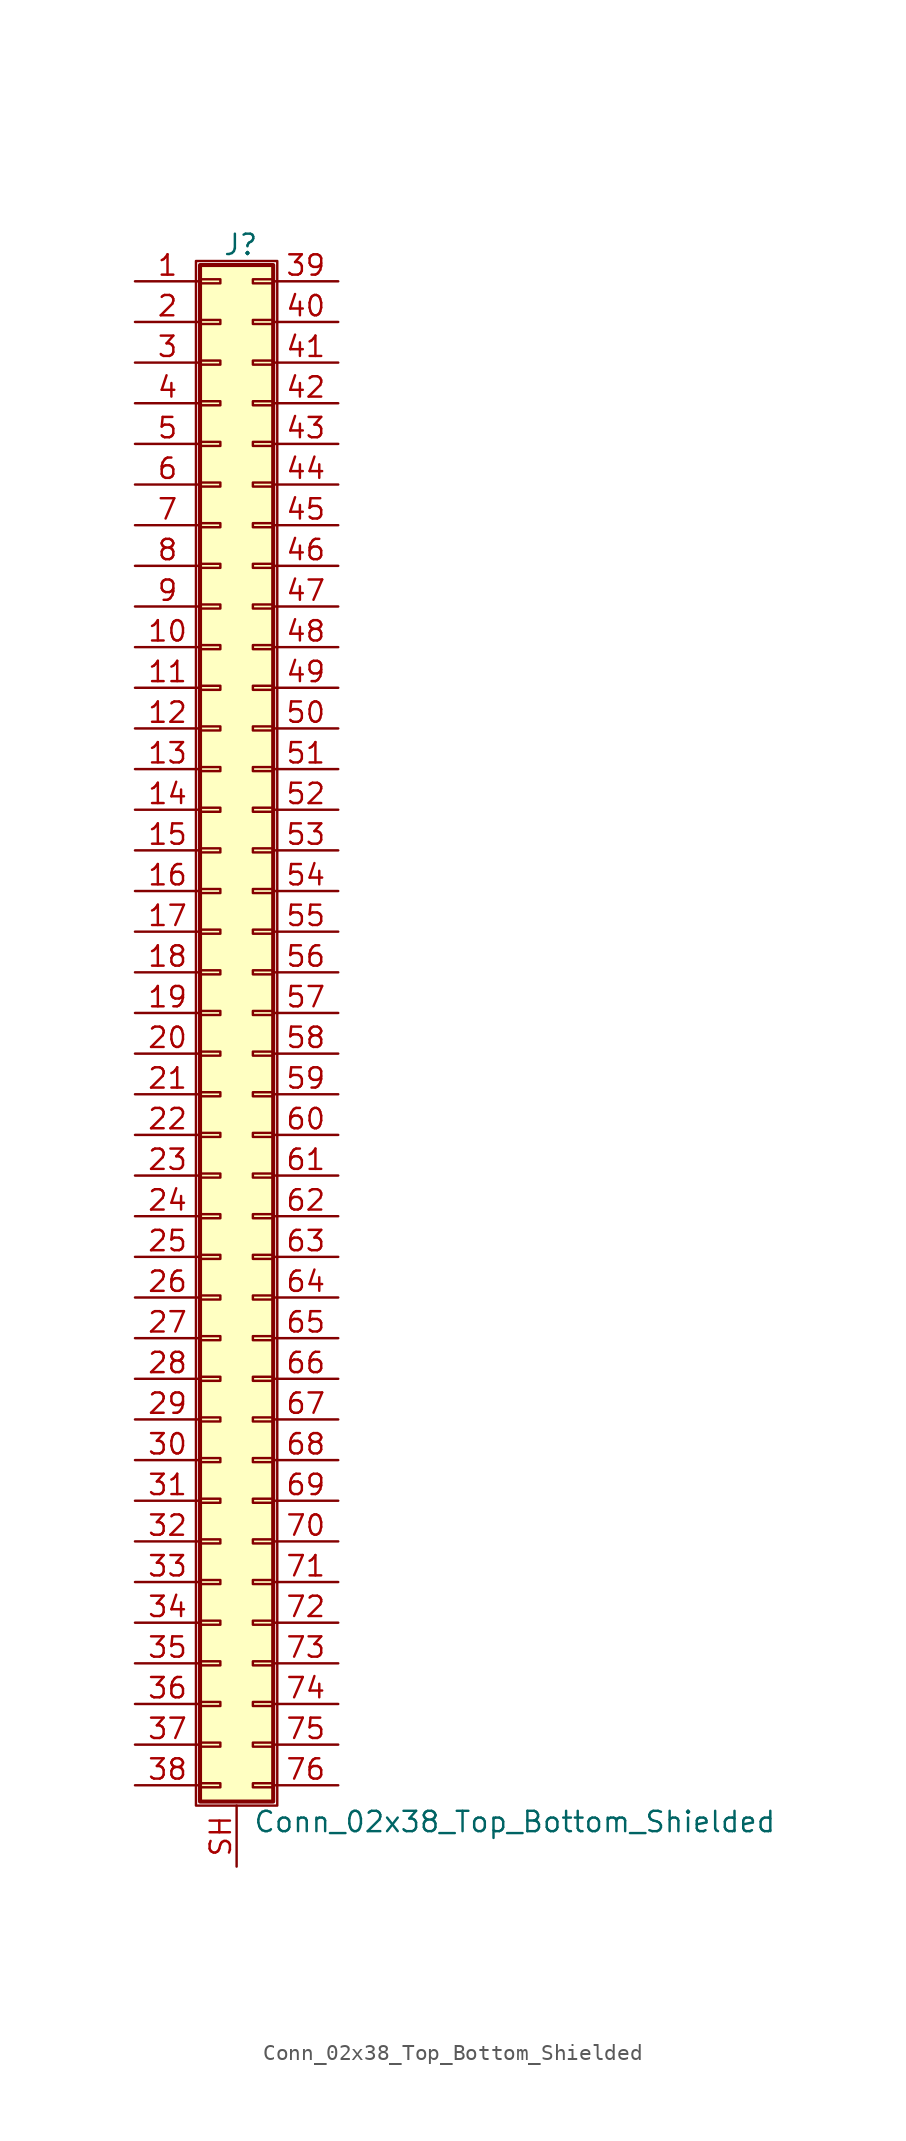
<source format=kicad_sym>
(kicad_symbol_lib
  (version 20201005)
  (generator kicad_symbol_editor)
  (symbol "Connector_Generic_Shielded:Conn_02x38_Top_Bottom_Shielded"
    (pin_names
      (offset 1.016) hide)
    (property "Reference" "J"
      (at 1.524 48.006 0)
      (effects (font (size 1.27 1.27))))
    (property "Value" "Conn_02x38_Top_Bottom_Shielded"
      (at 2.286 -50.546 0)
      (effects (font (size 1.27 1.27)) (justify left)))
    (symbol "Conn_02x38_Top_Bottom_Shielded_1_1"
      (rectangle (start -1.016 -27.813) (end 0.254 -28.067) (stroke (width 0.152)) (fill (type none)))
      (rectangle (start -1.016 -30.353) (end 0.254 -30.607) (stroke (width 0.152)) (fill (type none)))
      (rectangle (start -1.016 -32.893) (end 0.254 -33.147) (stroke (width 0.152)) (fill (type none)))
      (rectangle (start -1.016 -35.433) (end 0.254 -35.687) (stroke (width 0.152)) (fill (type none)))
      (rectangle (start -1.016 -37.973) (end 0.254 -38.227) (stroke (width 0.152)) (fill (type none)))
      (rectangle (start -1.016 -40.513) (end 0.254 -40.767) (stroke (width 0.152)) (fill (type none)))
      (rectangle (start -1.016 -43.053) (end 0.254 -43.307) (stroke (width 0.152)) (fill (type none)))
      (rectangle (start -1.016 -45.593) (end 0.254 -45.847) (stroke (width 0.152)) (fill (type none)))
      (rectangle (start -1.016 -48.133) (end 0.254 -48.387) (stroke (width 0.152)) (fill (type none)))
      (rectangle (start -1.016 -4.953) (end 0.254 -5.207) (stroke (width 0.152)) (fill (type none)))
      (rectangle (start -1.016 -7.493) (end 0.254 -7.747) (stroke (width 0.152)) (fill (type none)))
      (rectangle (start -1.016 -10.033) (end 0.254 -10.287) (stroke (width 0.152)) (fill (type none)))
      (rectangle (start -1.016 -12.573) (end 0.254 -12.827) (stroke (width 0.152)) (fill (type none)))
      (rectangle (start -1.016 -15.113) (end 0.254 -15.367) (stroke (width 0.152)) (fill (type none)))
      (rectangle (start -1.016 -17.653) (end 0.254 -17.907) (stroke (width 0.152)) (fill (type none)))
      (rectangle (start -1.016 -20.193) (end 0.254 -20.447) (stroke (width 0.152)) (fill (type none)))
      (rectangle (start -1.016 -22.733) (end 0.254 -22.987) (stroke (width 0.152)) (fill (type none)))
      (rectangle (start -1.016 -2.413) (end 0.254 -2.667) (stroke (width 0.152)) (fill (type none)))
      (rectangle (start -1.016 -25.273) (end 0.254 -25.527) (stroke (width 0.152)) (fill (type none)))
      (rectangle (start -1.016 25.527) (end 0.254 25.273) (stroke (width 0.152)) (fill (type none)))
      (rectangle (start -1.016 2.667) (end 0.254 2.413) (stroke (width 0.152)) (fill (type none)))
      (rectangle (start -1.016 28.067) (end 0.254 27.813) (stroke (width 0.152)) (fill (type none)))
      (rectangle (start -1.016 30.607) (end 0.254 30.353) (stroke (width 0.152)) (fill (type none)))
      (rectangle (start -1.016 33.147) (end 0.254 32.893) (stroke (width 0.152)) (fill (type none)))
      (rectangle (start -1.016 35.687) (end 0.254 35.433) (stroke (width 0.152)) (fill (type none)))
      (rectangle (start -1.016 38.227) (end 0.254 37.973) (stroke (width 0.152)) (fill (type none)))
      (rectangle (start -1.016 40.767) (end 0.254 40.513) (stroke (width 0.152)) (fill (type none)))
      (rectangle (start -1.016 43.307) (end 0.254 43.053) (stroke (width 0.152)) (fill (type none)))
      (rectangle (start -1.016 45.847) (end 0.254 45.593) (stroke (width 0.152)) (fill (type none)))
      (rectangle (start -1.016 46.736) (end 3.556 -49.276) (stroke (width 0.254)) (fill (type background)))
      (rectangle (start -1.016 5.207) (end 0.254 4.953) (stroke (width 0.152)) (fill (type none)))
      (rectangle (start -1.016 7.747) (end 0.254 7.493) (stroke (width 0.152)) (fill (type none)))
      (rectangle (start -1.016 10.287) (end 0.254 10.033) (stroke (width 0.152)) (fill (type none)))
      (rectangle (start -1.016 0.127) (end 0.254 -0.127) (stroke (width 0.152)) (fill (type none)))
      (rectangle (start -1.016 12.827) (end 0.254 12.573) (stroke (width 0.152)) (fill (type none)))
      (rectangle (start -1.016 15.367) (end 0.254 15.113) (stroke (width 0.152)) (fill (type none)))
      (rectangle (start -1.016 17.907) (end 0.254 17.653) (stroke (width 0.152)) (fill (type none)))
      (rectangle (start -1.016 20.447) (end 0.254 20.193) (stroke (width 0.152)) (fill (type none)))
      (rectangle (start -1.016 22.987) (end 0.254 22.733) (stroke (width 0.152)) (fill (type none)))
      (rectangle (start -1.27 46.99) (end 3.81 -49.53) (stroke (width 0.152)) (fill (type none)))
      (rectangle (start 3.556 -27.813) (end 2.286 -28.067) (stroke (width 0.152)) (fill (type none)))
      (rectangle (start 3.556 -30.353) (end 2.286 -30.607) (stroke (width 0.152)) (fill (type none)))
      (rectangle (start 3.556 -32.893) (end 2.286 -33.147) (stroke (width 0.152)) (fill (type none)))
      (rectangle (start 3.556 -35.433) (end 2.286 -35.687) (stroke (width 0.152)) (fill (type none)))
      (rectangle (start 3.556 -37.973) (end 2.286 -38.227) (stroke (width 0.152)) (fill (type none)))
      (rectangle (start 3.556 -40.513) (end 2.286 -40.767) (stroke (width 0.152)) (fill (type none)))
      (rectangle (start 3.556 -43.053) (end 2.286 -43.307) (stroke (width 0.152)) (fill (type none)))
      (rectangle (start 3.556 -45.593) (end 2.286 -45.847) (stroke (width 0.152)) (fill (type none)))
      (rectangle (start 3.556 -48.133) (end 2.286 -48.387) (stroke (width 0.152)) (fill (type none)))
      (rectangle (start 3.556 -4.953) (end 2.286 -5.207) (stroke (width 0.152)) (fill (type none)))
      (rectangle (start 3.556 -7.493) (end 2.286 -7.747) (stroke (width 0.152)) (fill (type none)))
      (rectangle (start 3.556 -10.033) (end 2.286 -10.287) (stroke (width 0.152)) (fill (type none)))
      (rectangle (start 3.556 -12.573) (end 2.286 -12.827) (stroke (width 0.152)) (fill (type none)))
      (rectangle (start 3.556 -15.113) (end 2.286 -15.367) (stroke (width 0.152)) (fill (type none)))
      (rectangle (start 3.556 -17.653) (end 2.286 -17.907) (stroke (width 0.152)) (fill (type none)))
      (rectangle (start 3.556 -20.193) (end 2.286 -20.447) (stroke (width 0.152)) (fill (type none)))
      (rectangle (start 3.556 -22.733) (end 2.286 -22.987) (stroke (width 0.152)) (fill (type none)))
      (rectangle (start 3.556 -2.413) (end 2.286 -2.667) (stroke (width 0.152)) (fill (type none)))
      (rectangle (start 3.556 -25.273) (end 2.286 -25.527) (stroke (width 0.152)) (fill (type none)))
      (rectangle (start 3.556 25.527) (end 2.286 25.273) (stroke (width 0.152)) (fill (type none)))
      (rectangle (start 3.556 2.667) (end 2.286 2.413) (stroke (width 0.152)) (fill (type none)))
      (rectangle (start 3.556 28.067) (end 2.286 27.813) (stroke (width 0.152)) (fill (type none)))
      (rectangle (start 3.556 30.607) (end 2.286 30.353) (stroke (width 0.152)) (fill (type none)))
      (rectangle (start 3.556 33.147) (end 2.286 32.893) (stroke (width 0.152)) (fill (type none)))
      (rectangle (start 3.556 35.687) (end 2.286 35.433) (stroke (width 0.152)) (fill (type none)))
      (rectangle (start 3.556 38.227) (end 2.286 37.973) (stroke (width 0.152)) (fill (type none)))
      (rectangle (start 3.556 40.767) (end 2.286 40.513) (stroke (width 0.152)) (fill (type none)))
      (rectangle (start 3.556 43.307) (end 2.286 43.053) (stroke (width 0.152)) (fill (type none)))
      (rectangle (start 3.556 45.847) (end 2.286 45.593) (stroke (width 0.152)) (fill (type none)))
      (rectangle (start 3.556 5.207) (end 2.286 4.953) (stroke (width 0.152)) (fill (type none)))
      (rectangle (start 3.556 7.747) (end 2.286 7.493) (stroke (width 0.152)) (fill (type none)))
      (rectangle (start 3.556 10.287) (end 2.286 10.033) (stroke (width 0.152)) (fill (type none)))
      (rectangle (start 3.556 0.127) (end 2.286 -0.127) (stroke (width 0.152)) (fill (type none)))
      (rectangle (start 3.556 12.827) (end 2.286 12.573) (stroke (width 0.152)) (fill (type none)))
      (rectangle (start 3.556 15.367) (end 2.286 15.113) (stroke (width 0.152)) (fill (type none)))
      (rectangle (start 3.556 17.907) (end 2.286 17.653) (stroke (width 0.152)) (fill (type none)))
      (rectangle (start 3.556 20.447) (end 2.286 20.193) (stroke (width 0.152)) (fill (type none)))
      (rectangle (start 3.556 22.987) (end 2.286 22.733) (stroke (width 0.152)) (fill (type none)))
      (pin passive line (at -5.08 45.72 0) (length 4.064) (name "Pin_1" (effects (font (size 1.27 1.27)))) (number "1" (effects (font (size 1.27 1.27)))))
      (pin passive line (at -5.08 22.86 0) (length 4.064) (name "Pin_10" (effects (font (size 1.27 1.27)))) (number "10" (effects (font (size 1.27 1.27)))))
      (pin passive line (at -5.08 20.32 0) (length 4.064) (name "Pin_11" (effects (font (size 1.27 1.27)))) (number "11" (effects (font (size 1.27 1.27)))))
      (pin passive line (at -5.08 17.78 0) (length 4.064) (name "Pin_12" (effects (font (size 1.27 1.27)))) (number "12" (effects (font (size 1.27 1.27)))))
      (pin passive line (at -5.08 15.24 0) (length 4.064) (name "Pin_13" (effects (font (size 1.27 1.27)))) (number "13" (effects (font (size 1.27 1.27)))))
      (pin passive line (at -5.08 12.7 0) (length 4.064) (name "Pin_14" (effects (font (size 1.27 1.27)))) (number "14" (effects (font (size 1.27 1.27)))))
      (pin passive line (at -5.08 10.16 0) (length 4.064) (name "Pin_15" (effects (font (size 1.27 1.27)))) (number "15" (effects (font (size 1.27 1.27)))))
      (pin passive line (at -5.08 7.62 0) (length 4.064) (name "Pin_16" (effects (font (size 1.27 1.27)))) (number "16" (effects (font (size 1.27 1.27)))))
      (pin passive line (at -5.08 5.08 0) (length 4.064) (name "Pin_17" (effects (font (size 1.27 1.27)))) (number "17" (effects (font (size 1.27 1.27)))))
      (pin passive line (at -5.08 2.54 0) (length 4.064) (name "Pin_18" (effects (font (size 1.27 1.27)))) (number "18" (effects (font (size 1.27 1.27)))))
      (pin passive line (at -5.08 0 0) (length 4.064) (name "Pin_19" (effects (font (size 1.27 1.27)))) (number "19" (effects (font (size 1.27 1.27)))))
      (pin passive line (at -5.08 43.18 0) (length 4.064) (name "Pin_2" (effects (font (size 1.27 1.27)))) (number "2" (effects (font (size 1.27 1.27)))))
      (pin passive line (at -5.08 -2.54 0) (length 4.064) (name "Pin_20" (effects (font (size 1.27 1.27)))) (number "20" (effects (font (size 1.27 1.27)))))
      (pin passive line (at -5.08 -5.08 0) (length 4.064) (name "Pin_21" (effects (font (size 1.27 1.27)))) (number "21" (effects (font (size 1.27 1.27)))))
      (pin passive line (at -5.08 -7.62 0) (length 4.064) (name "Pin_22" (effects (font (size 1.27 1.27)))) (number "22" (effects (font (size 1.27 1.27)))))
      (pin passive line (at -5.08 -10.16 0) (length 4.064) (name "Pin_23" (effects (font (size 1.27 1.27)))) (number "23" (effects (font (size 1.27 1.27)))))
      (pin passive line (at -5.08 -12.7 0) (length 4.064) (name "Pin_24" (effects (font (size 1.27 1.27)))) (number "24" (effects (font (size 1.27 1.27)))))
      (pin passive line (at -5.08 -15.24 0) (length 4.064) (name "Pin_25" (effects (font (size 1.27 1.27)))) (number "25" (effects (font (size 1.27 1.27)))))
      (pin passive line (at -5.08 -17.78 0) (length 4.064) (name "Pin_26" (effects (font (size 1.27 1.27)))) (number "26" (effects (font (size 1.27 1.27)))))
      (pin passive line (at -5.08 -20.32 0) (length 4.064) (name "Pin_27" (effects (font (size 1.27 1.27)))) (number "27" (effects (font (size 1.27 1.27)))))
      (pin passive line (at -5.08 -22.86 0) (length 4.064) (name "Pin_28" (effects (font (size 1.27 1.27)))) (number "28" (effects (font (size 1.27 1.27)))))
      (pin passive line (at -5.08 -25.4 0) (length 4.064) (name "Pin_29" (effects (font (size 1.27 1.27)))) (number "29" (effects (font (size 1.27 1.27)))))
      (pin passive line (at -5.08 40.64 0) (length 4.064) (name "Pin_3" (effects (font (size 1.27 1.27)))) (number "3" (effects (font (size 1.27 1.27)))))
      (pin passive line (at -5.08 -27.94 0) (length 4.064) (name "Pin_30" (effects (font (size 1.27 1.27)))) (number "30" (effects (font (size 1.27 1.27)))))
      (pin passive line (at -5.08 -30.48 0) (length 4.064) (name "Pin_31" (effects (font (size 1.27 1.27)))) (number "31" (effects (font (size 1.27 1.27)))))
      (pin passive line (at -5.08 -33.02 0) (length 4.064) (name "Pin_32" (effects (font (size 1.27 1.27)))) (number "32" (effects (font (size 1.27 1.27)))))
      (pin passive line (at -5.08 -35.56 0) (length 4.064) (name "Pin_33" (effects (font (size 1.27 1.27)))) (number "33" (effects (font (size 1.27 1.27)))))
      (pin passive line (at -5.08 -38.1 0) (length 4.064) (name "Pin_34" (effects (font (size 1.27 1.27)))) (number "34" (effects (font (size 1.27 1.27)))))
      (pin passive line (at -5.08 -40.64 0) (length 4.064) (name "Pin_35" (effects (font (size 1.27 1.27)))) (number "35" (effects (font (size 1.27 1.27)))))
      (pin passive line (at -5.08 -43.18 0) (length 4.064) (name "Pin_36" (effects (font (size 1.27 1.27)))) (number "36" (effects (font (size 1.27 1.27)))))
      (pin passive line (at -5.08 -45.72 0) (length 4.064) (name "Pin_37" (effects (font (size 1.27 1.27)))) (number "37" (effects (font (size 1.27 1.27)))))
      (pin passive line (at -5.08 -48.26 0) (length 4.064) (name "Pin_38" (effects (font (size 1.27 1.27)))) (number "38" (effects (font (size 1.27 1.27)))))
      (pin passive line (at 7.62 45.72 180) (length 4.064) (name "Pin_39" (effects (font (size 1.27 1.27)))) (number "39" (effects (font (size 1.27 1.27)))))
      (pin passive line (at -5.08 38.1 0) (length 4.064) (name "Pin_4" (effects (font (size 1.27 1.27)))) (number "4" (effects (font (size 1.27 1.27)))))
      (pin passive line (at 7.62 43.18 180) (length 4.064) (name "Pin_40" (effects (font (size 1.27 1.27)))) (number "40" (effects (font (size 1.27 1.27)))))
      (pin passive line (at 7.62 40.64 180) (length 4.064) (name "Pin_41" (effects (font (size 1.27 1.27)))) (number "41" (effects (font (size 1.27 1.27)))))
      (pin passive line (at 7.62 38.1 180) (length 4.064) (name "Pin_42" (effects (font (size 1.27 1.27)))) (number "42" (effects (font (size 1.27 1.27)))))
      (pin passive line (at 7.62 35.56 180) (length 4.064) (name "Pin_43" (effects (font (size 1.27 1.27)))) (number "43" (effects (font (size 1.27 1.27)))))
      (pin passive line (at 7.62 33.02 180) (length 4.064) (name "Pin_44" (effects (font (size 1.27 1.27)))) (number "44" (effects (font (size 1.27 1.27)))))
      (pin passive line (at 7.62 30.48 180) (length 4.064) (name "Pin_45" (effects (font (size 1.27 1.27)))) (number "45" (effects (font (size 1.27 1.27)))))
      (pin passive line (at 7.62 27.94 180) (length 4.064) (name "Pin_46" (effects (font (size 1.27 1.27)))) (number "46" (effects (font (size 1.27 1.27)))))
      (pin passive line (at 7.62 25.4 180) (length 4.064) (name "Pin_47" (effects (font (size 1.27 1.27)))) (number "47" (effects (font (size 1.27 1.27)))))
      (pin passive line (at 7.62 22.86 180) (length 4.064) (name "Pin_48" (effects (font (size 1.27 1.27)))) (number "48" (effects (font (size 1.27 1.27)))))
      (pin passive line (at 7.62 20.32 180) (length 4.064) (name "Pin_49" (effects (font (size 1.27 1.27)))) (number "49" (effects (font (size 1.27 1.27)))))
      (pin passive line (at -5.08 35.56 0) (length 4.064) (name "Pin_5" (effects (font (size 1.27 1.27)))) (number "5" (effects (font (size 1.27 1.27)))))
      (pin passive line (at 7.62 17.78 180) (length 4.064) (name "Pin_50" (effects (font (size 1.27 1.27)))) (number "50" (effects (font (size 1.27 1.27)))))
      (pin passive line (at 7.62 15.24 180) (length 4.064) (name "Pin_51" (effects (font (size 1.27 1.27)))) (number "51" (effects (font (size 1.27 1.27)))))
      (pin passive line (at 7.62 12.7 180) (length 4.064) (name "Pin_52" (effects (font (size 1.27 1.27)))) (number "52" (effects (font (size 1.27 1.27)))))
      (pin passive line (at 7.62 10.16 180) (length 4.064) (name "Pin_53" (effects (font (size 1.27 1.27)))) (number "53" (effects (font (size 1.27 1.27)))))
      (pin passive line (at 7.62 7.62 180) (length 4.064) (name "Pin_54" (effects (font (size 1.27 1.27)))) (number "54" (effects (font (size 1.27 1.27)))))
      (pin passive line (at 7.62 5.08 180) (length 4.064) (name "Pin_55" (effects (font (size 1.27 1.27)))) (number "55" (effects (font (size 1.27 1.27)))))
      (pin passive line (at 7.62 2.54 180) (length 4.064) (name "Pin_56" (effects (font (size 1.27 1.27)))) (number "56" (effects (font (size 1.27 1.27)))))
      (pin passive line (at 7.62 0 180) (length 4.064) (name "Pin_57" (effects (font (size 1.27 1.27)))) (number "57" (effects (font (size 1.27 1.27)))))
      (pin passive line (at 7.62 -2.54 180) (length 4.064) (name "Pin_58" (effects (font (size 1.27 1.27)))) (number "58" (effects (font (size 1.27 1.27)))))
      (pin passive line (at 7.62 -5.08 180) (length 4.064) (name "Pin_59" (effects (font (size 1.27 1.27)))) (number "59" (effects (font (size 1.27 1.27)))))
      (pin passive line (at -5.08 33.02 0) (length 4.064) (name "Pin_6" (effects (font (size 1.27 1.27)))) (number "6" (effects (font (size 1.27 1.27)))))
      (pin passive line (at 7.62 -7.62 180) (length 4.064) (name "Pin_60" (effects (font (size 1.27 1.27)))) (number "60" (effects (font (size 1.27 1.27)))))
      (pin passive line (at 7.62 -10.16 180) (length 4.064) (name "Pin_61" (effects (font (size 1.27 1.27)))) (number "61" (effects (font (size 1.27 1.27)))))
      (pin passive line (at 7.62 -12.7 180) (length 4.064) (name "Pin_62" (effects (font (size 1.27 1.27)))) (number "62" (effects (font (size 1.27 1.27)))))
      (pin passive line (at 7.62 -15.24 180) (length 4.064) (name "Pin_63" (effects (font (size 1.27 1.27)))) (number "63" (effects (font (size 1.27 1.27)))))
      (pin passive line (at 7.62 -17.78 180) (length 4.064) (name "Pin_64" (effects (font (size 1.27 1.27)))) (number "64" (effects (font (size 1.27 1.27)))))
      (pin passive line (at 7.62 -20.32 180) (length 4.064) (name "Pin_65" (effects (font (size 1.27 1.27)))) (number "65" (effects (font (size 1.27 1.27)))))
      (pin passive line (at 7.62 -22.86 180) (length 4.064) (name "Pin_66" (effects (font (size 1.27 1.27)))) (number "66" (effects (font (size 1.27 1.27)))))
      (pin passive line (at 7.62 -25.4 180) (length 4.064) (name "Pin_67" (effects (font (size 1.27 1.27)))) (number "67" (effects (font (size 1.27 1.27)))))
      (pin passive line (at 7.62 -27.94 180) (length 4.064) (name "Pin_68" (effects (font (size 1.27 1.27)))) (number "68" (effects (font (size 1.27 1.27)))))
      (pin passive line (at 7.62 -30.48 180) (length 4.064) (name "Pin_69" (effects (font (size 1.27 1.27)))) (number "69" (effects (font (size 1.27 1.27)))))
      (pin passive line (at -5.08 30.48 0) (length 4.064) (name "Pin_7" (effects (font (size 1.27 1.27)))) (number "7" (effects (font (size 1.27 1.27)))))
      (pin passive line (at 7.62 -33.02 180) (length 4.064) (name "Pin_70" (effects (font (size 1.27 1.27)))) (number "70" (effects (font (size 1.27 1.27)))))
      (pin passive line (at 7.62 -35.56 180) (length 4.064) (name "Pin_71" (effects (font (size 1.27 1.27)))) (number "71" (effects (font (size 1.27 1.27)))))
      (pin passive line (at 7.62 -38.1 180) (length 4.064) (name "Pin_72" (effects (font (size 1.27 1.27)))) (number "72" (effects (font (size 1.27 1.27)))))
      (pin passive line (at 7.62 -40.64 180) (length 4.064) (name "Pin_73" (effects (font (size 1.27 1.27)))) (number "73" (effects (font (size 1.27 1.27)))))
      (pin passive line (at 7.62 -43.18 180) (length 4.064) (name "Pin_74" (effects (font (size 1.27 1.27)))) (number "74" (effects (font (size 1.27 1.27)))))
      (pin passive line (at 7.62 -45.72 180) (length 4.064) (name "Pin_75" (effects (font (size 1.27 1.27)))) (number "75" (effects (font (size 1.27 1.27)))))
      (pin passive line (at 7.62 -48.26 180) (length 4.064) (name "Pin_76" (effects (font (size 1.27 1.27)))) (number "76" (effects (font (size 1.27 1.27)))))
      (pin passive line (at -5.08 27.94 0) (length 4.064) (name "Pin_8" (effects (font (size 1.27 1.27)))) (number "8" (effects (font (size 1.27 1.27)))))
      (pin passive line (at -5.08 25.4 0) (length 4.064) (name "Pin_9" (effects (font (size 1.27 1.27)))) (number "9" (effects (font (size 1.27 1.27)))))
      (pin passive line (at 1.27 -53.34 90) (length 3.81) (name "Shield" (effects (font (size 1.27 1.27)))) (number "SH" (effects (font (size 1.27 1.27))))))))
</source>
